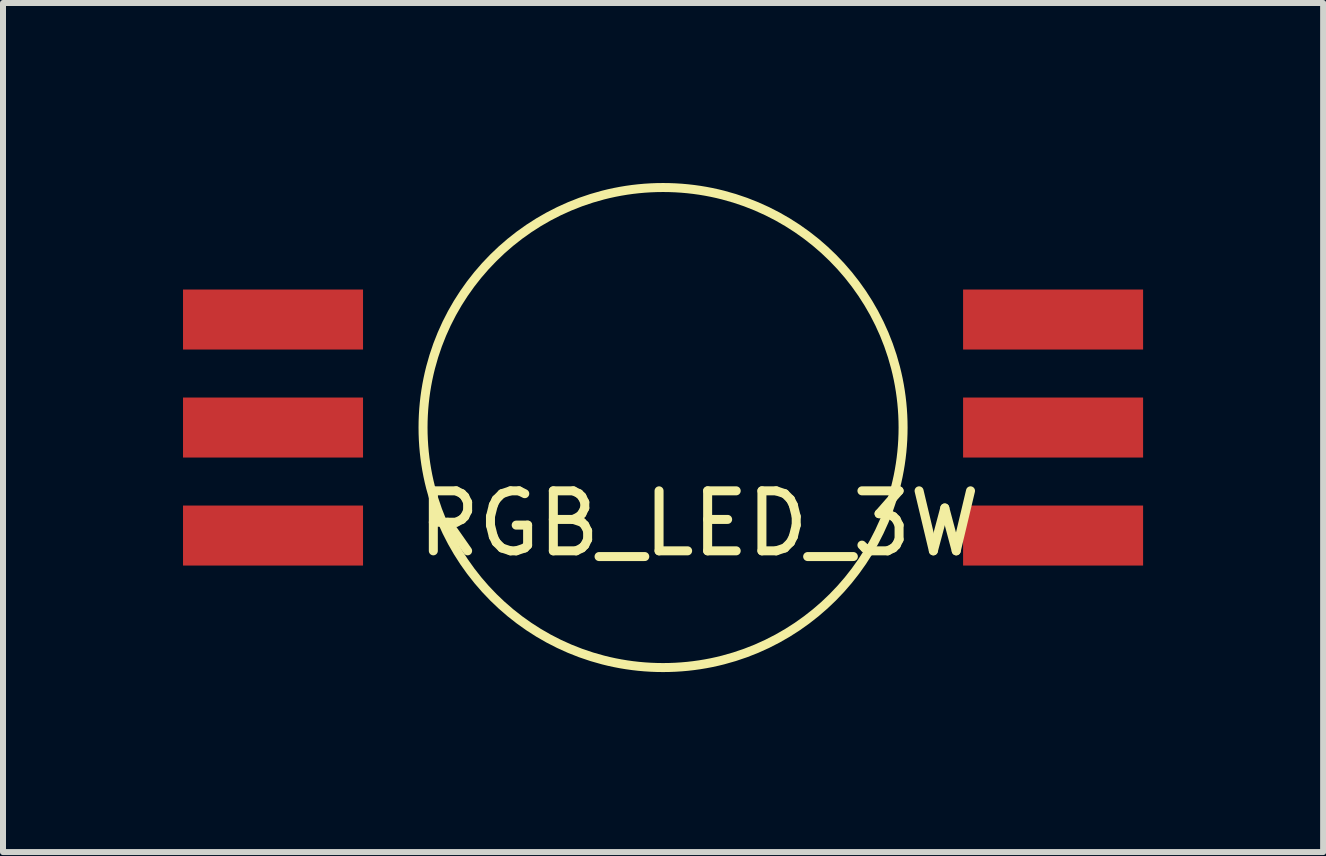
<source format=kicad_pcb>
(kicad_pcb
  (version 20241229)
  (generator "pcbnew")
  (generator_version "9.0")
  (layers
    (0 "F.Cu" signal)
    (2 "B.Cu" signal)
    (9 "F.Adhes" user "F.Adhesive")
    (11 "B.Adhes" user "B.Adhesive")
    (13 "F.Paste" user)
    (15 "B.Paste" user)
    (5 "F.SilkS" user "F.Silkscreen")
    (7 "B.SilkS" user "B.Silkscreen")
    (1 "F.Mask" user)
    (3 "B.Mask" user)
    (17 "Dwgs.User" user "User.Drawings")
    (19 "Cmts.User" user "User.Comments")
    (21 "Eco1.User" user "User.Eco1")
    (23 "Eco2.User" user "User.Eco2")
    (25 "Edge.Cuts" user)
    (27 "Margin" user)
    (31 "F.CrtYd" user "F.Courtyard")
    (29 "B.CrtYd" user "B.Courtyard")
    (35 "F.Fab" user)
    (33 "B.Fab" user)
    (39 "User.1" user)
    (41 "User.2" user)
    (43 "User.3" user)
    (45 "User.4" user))
  (footprint "RGB_LED_3W"
    (layer "F.Cu")
    (at 8 4.075)
    (property "Reference" "RGB_LED_3W" (at 0.6 1.6 0) (layer "F.SilkS") (effects (font (size 1 1) (thickness 0.15))))
    (attr through_hole)
    (fp_circle (center 0 0) (end 4 0) (stroke (width 0.15) (type solid)) (fill no) (layer "F.SilkS"))
    (pad "1" smd rect (at 6.5 -1.8) (size 3 1) (layers "F.Cu" "F.Mask" "F.Paste"))
    (pad "2" smd rect (at 6.5 0) (size 3 1) (layers "F.Cu" "F.Mask" "F.Paste"))
    (pad "3" smd rect (at 6.5 1.8) (size 3 1) (layers "F.Cu" "F.Mask" "F.Paste"))
    (pad "4" smd rect (at -6.5 1.8) (size 3 1) (layers "F.Cu" "F.Mask" "F.Paste"))
    (pad "5" smd rect (at -6.5 0) (size 3 1) (layers "F.Cu" "F.Mask" "F.Paste"))
    (pad "6" smd rect (at -6.5 -1.8) (size 3 1) (layers "F.Cu" "F.Mask" "F.Paste")))
  (gr_rect
    (start -3 -3)
    (end 19 11.15)
    (stroke (width 0.1) (type default))
    (fill no)
    (layer "Edge.Cuts")))
</source>
